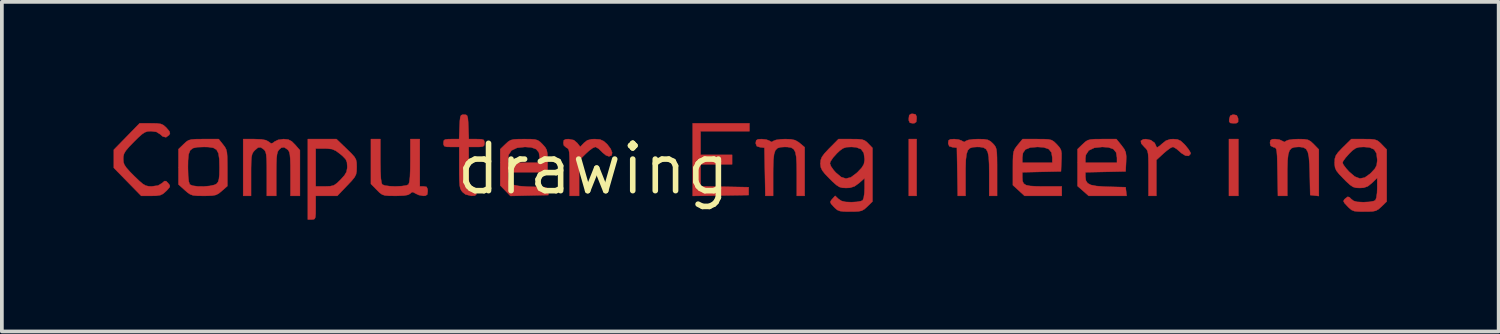
<source format=kicad_pcb>
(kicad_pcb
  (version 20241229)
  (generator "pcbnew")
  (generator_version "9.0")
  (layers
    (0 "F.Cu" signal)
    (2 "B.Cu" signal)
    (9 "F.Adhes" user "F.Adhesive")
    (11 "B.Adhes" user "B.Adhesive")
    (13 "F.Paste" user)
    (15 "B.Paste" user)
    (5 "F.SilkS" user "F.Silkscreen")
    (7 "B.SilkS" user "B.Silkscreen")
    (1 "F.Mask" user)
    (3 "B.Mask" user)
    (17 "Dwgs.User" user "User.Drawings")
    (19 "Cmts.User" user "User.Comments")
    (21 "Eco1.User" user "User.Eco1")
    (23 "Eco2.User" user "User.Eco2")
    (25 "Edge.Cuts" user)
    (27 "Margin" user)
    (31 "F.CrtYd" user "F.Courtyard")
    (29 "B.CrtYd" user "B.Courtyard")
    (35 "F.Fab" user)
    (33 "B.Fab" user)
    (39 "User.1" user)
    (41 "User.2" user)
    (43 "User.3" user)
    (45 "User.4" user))
  (footprint "drawing"
    (layer "F.Cu")
    (at 12.874 1.487)
    (property "Reference" "drawing" (at 0 0 0) (layer "F.SilkS") (effects (font (size 1.27 1.27) (thickness 0.15))))
    (attr through_hole)
    (fp_poly (pts (xy 8.678 0.72) (xy 8.467 0.72) (xy 8.467 -0.804) (xy 8.678 -0.804) (xy 8.678 0.72)) (stroke (width 0.01) (type solid)) (fill yes) (layer "F.Cu"))
    (fp_poly (pts (xy 17.314 0.72) (xy 17.06 0.72) (xy 17.06 -0.804) (xy 17.314 -0.804) (xy 17.314 0.72)) (stroke (width 0.01) (type solid)) (fill yes) (layer "F.Cu"))
    (fp_poly (pts (xy 8.648 -1.468) (xy 8.676 -1.41) (xy 8.678 -1.355) (xy 8.667 -1.264) (xy 8.619 -1.231) (xy 8.572 -1.228) (xy 8.497 -1.241) (xy 8.469 -1.299) (xy 8.467 -1.355) (xy 8.478 -1.445) (xy 8.526 -1.479) (xy 8.572 -1.482) (xy 8.648 -1.468)) (stroke (width 0.01) (type solid)) (fill yes) (layer "F.Cu"))
    (fp_poly (pts (xy 17.269 -1.442) (xy 17.303 -1.37) (xy 17.307 -1.344) (xy 17.306 -1.263) (xy 17.264 -1.232) (xy 17.187 -1.228) (xy 17.096 -1.236) (xy 17.065 -1.276) (xy 17.068 -1.344) (xy 17.095 -1.431) (xy 17.164 -1.46) (xy 17.187 -1.46) (xy 17.269 -1.442)) (stroke (width 0.01) (type solid)) (fill yes) (layer "F.Cu"))
    (fp_poly (pts (xy 4.191 -1.016) (xy 2.879 -1.016) (xy 2.879 -0.381) (xy 3.725 -0.381) (xy 3.725 -0.127) (xy 2.879 -0.127) (xy 2.879 0.463) (xy 3.524 0.475) (xy 4.17 0.487) (xy 4.17 0.699) (xy 2.667 0.722) (xy 2.667 -1.228) (xy 4.191 -1.228) (xy 4.191 -1.016)) (stroke (width 0.01) (type solid)) (fill yes) (layer "F.Cu"))
    (fp_poly (pts (xy 0.18 -0.794) (xy 0.28 -0.748) (xy 0.373 -0.665) (xy 0.465 -0.545) (xy 0.506 -0.441) (xy 0.492 -0.367) (xy 0.422 -0.339) (xy 0.421 -0.339) (xy 0.338 -0.369) (xy 0.244 -0.446) (xy 0.226 -0.466) (xy 0.141 -0.548) (xy 0.064 -0.591) (xy 0.051 -0.593) (xy -0.015 -0.565) (xy -0.114 -0.492) (xy -0.199 -0.415) (xy -0.381 -0.236) (xy -0.381 0.72) (xy -0.635 0.72) (xy -0.635 0.088) (xy -0.636 -0.157) (xy -0.639 -0.329) (xy -0.646 -0.444) (xy -0.659 -0.513) (xy -0.68 -0.55) (xy -0.71 -0.568) (xy -0.72 -0.572) (xy -0.791 -0.634) (xy -0.804 -0.701) (xy -0.792 -0.772) (xy -0.74 -0.8) (xy -0.659 -0.804) (xy -0.521 -0.776) (xy -0.432 -0.7) (xy -0.35 -0.596) (xy -0.252 -0.7) (xy -0.162 -0.771) (xy -0.048 -0.801) (xy 0.041 -0.804) (xy 0.18 -0.794)) (stroke (width 0.01) (type solid)) (fill yes) (layer "F.Cu"))
    (fp_poly (pts (xy 5.309 -0.798) (xy 5.418 -0.774) (xy 5.508 -0.722) (xy 5.542 -0.695) (xy 5.673 -0.585) (xy 5.673 0.72) (xy 5.461 0.72) (xy 5.461 0.134) (xy 5.458 -0.131) (xy 5.447 -0.322) (xy 5.423 -0.452) (xy 5.379 -0.532) (xy 5.311 -0.575) (xy 5.213 -0.591) (xy 5.136 -0.593) (xy 5.024 -0.586) (xy 4.942 -0.56) (xy 4.886 -0.502) (xy 4.852 -0.4) (xy 4.834 -0.244) (xy 4.827 -0.021) (xy 4.826 0.141) (xy 4.826 0.72) (xy 4.617 0.72) (xy 4.593 -0.572) (xy 4.477 -0.585) (xy 4.389 -0.612) (xy 4.361 -0.681) (xy 4.36 -0.701) (xy 4.371 -0.769) (xy 4.418 -0.798) (xy 4.521 -0.804) (xy 4.64 -0.792) (xy 4.724 -0.761) (xy 4.733 -0.754) (xy 4.79 -0.725) (xy 4.834 -0.754) (xy 4.903 -0.781) (xy 5.029 -0.799) (xy 5.149 -0.804) (xy 5.309 -0.798)) (stroke (width 0.01) (type solid)) (fill yes) (layer "F.Cu"))
    (fp_poly (pts (xy -5.715 -0.22) (xy -5.711 0.058) (xy -5.701 0.256) (xy -5.682 0.375) (xy -5.664 0.415) (xy -5.594 0.443) (xy -5.46 0.46) (xy -5.313 0.466) (xy -5.142 0.458) (xy -5.016 0.439) (xy -4.961 0.415) (xy -4.938 0.35) (xy -4.921 0.21) (xy -4.913 -0.009) (xy -4.911 -0.22) (xy -4.911 -0.804) (xy -4.657 -0.804) (xy -4.657 0.466) (xy -4.551 0.466) (xy -4.475 0.479) (xy -4.448 0.537) (xy -4.445 0.593) (xy -4.456 0.683) (xy -4.505 0.716) (xy -4.563 0.72) (xy -4.686 0.697) (xy -4.77 0.657) (xy -4.842 0.617) (xy -4.889 0.633) (xy -4.911 0.657) (xy -4.968 0.691) (xy -5.077 0.712) (xy -5.253 0.719) (xy -5.309 0.72) (xy -5.481 0.718) (xy -5.593 0.709) (xy -5.67 0.683) (xy -5.737 0.634) (xy -5.812 0.559) (xy -5.969 0.399) (xy -5.969 -0.804) (xy -5.715 -0.804) (xy -5.715 -0.22)) (stroke (width 0.01) (type solid)) (fill yes) (layer "F.Cu"))
    (fp_poly (pts (xy 15.678 -0.795) (xy 15.766 -0.755) (xy 15.862 -0.667) (xy 15.894 -0.632) (xy 15.977 -0.528) (xy 16.027 -0.444) (xy 16.033 -0.41) (xy 15.98 -0.353) (xy 15.89 -0.361) (xy 15.78 -0.43) (xy 15.745 -0.463) (xy 15.651 -0.543) (xy 15.572 -0.589) (xy 15.553 -0.593) (xy 15.491 -0.566) (xy 15.393 -0.495) (xy 15.303 -0.418) (xy 15.113 -0.243) (xy 15.113 0.72) (xy 14.901 0.72) (xy 14.901 0.113) (xy 14.901 -0.125) (xy 14.898 -0.293) (xy 14.89 -0.407) (xy 14.875 -0.48) (xy 14.85 -0.529) (xy 14.814 -0.568) (xy 14.796 -0.585) (xy 14.707 -0.684) (xy 14.695 -0.757) (xy 14.759 -0.797) (xy 14.831 -0.804) (xy 14.964 -0.776) (xy 15.066 -0.702) (xy 15.112 -0.604) (xy 15.113 -0.592) (xy 15.139 -0.582) (xy 15.207 -0.627) (xy 15.253 -0.669) (xy 15.369 -0.762) (xy 15.485 -0.8) (xy 15.565 -0.804) (xy 15.678 -0.795)) (stroke (width 0.01) (type solid)) (fill yes) (layer "F.Cu"))
    (fp_poly (pts (xy 14.177 -0.635) (xy 14.252 -0.533) (xy 14.291 -0.445) (xy 14.304 -0.336) (xy 14.3 -0.201) (xy 14.287 0.064) (xy 13.208 0.087) (xy 13.208 0.206) (xy 13.22 0.307) (xy 13.265 0.378) (xy 13.353 0.426) (xy 13.497 0.455) (xy 13.709 0.471) (xy 13.823 0.475) (xy 14.287 0.487) (xy 14.301 0.603) (xy 14.314 0.72) (xy 13.296 0.72) (xy 13.146 0.588) (xy 12.996 0.457) (xy 12.996 -0.289) (xy 13.208 -0.289) (xy 13.208 -0.169) (xy 14.055 -0.169) (xy 14.055 -0.304) (xy 14.033 -0.444) (xy 13.96 -0.534) (xy 13.827 -0.581) (xy 13.659 -0.593) (xy 13.444 -0.569) (xy 13.297 -0.498) (xy 13.22 -0.38) (xy 13.208 -0.289) (xy 12.996 -0.289) (xy 12.996 -0.534) (xy 13.136 -0.669) (xy 13.206 -0.733) (xy 13.27 -0.773) (xy 13.35 -0.794) (xy 13.468 -0.803) (xy 13.647 -0.804) (xy 13.658 -0.804) (xy 14.04 -0.804) (xy 14.177 -0.635)) (stroke (width 0.01) (type solid)) (fill yes) (layer "F.Cu"))
    (fp_poly (pts (xy -6.622 -0.544) (xy -6.492 -0.417) (xy -6.412 -0.328) (xy -6.37 -0.254) (xy -6.353 -0.173) (xy -6.35 -0.065) (xy -6.35 -0.053) (xy -6.353 0.06) (xy -6.369 0.144) (xy -6.409 0.222) (xy -6.486 0.316) (xy -6.611 0.448) (xy -6.611 0.448) (xy -6.871 0.72) (xy -7.451 0.72) (xy -7.451 1.037) (xy -7.452 1.199) (xy -7.46 1.293) (xy -7.48 1.339) (xy -7.519 1.353) (xy -7.556 1.355) (xy -7.662 1.355) (xy -7.662 -0.55) (xy -7.451 -0.55) (xy -7.451 0.466) (xy -7.205 0.466) (xy -7.064 0.461) (xy -6.968 0.439) (xy -6.884 0.382) (xy -6.782 0.284) (xy -6.678 0.168) (xy -6.624 0.075) (xy -6.605 -0.027) (xy -6.604 -0.073) (xy -6.612 -0.182) (xy -6.647 -0.264) (xy -6.727 -0.347) (xy -6.788 -0.399) (xy -6.909 -0.489) (xy -7.014 -0.535) (xy -7.143 -0.549) (xy -7.212 -0.55) (xy -7.451 -0.55) (xy -7.662 -0.55) (xy -7.662 -0.804) (xy -6.893 -0.804) (xy -6.622 -0.544)) (stroke (width 0.01) (type solid)) (fill yes) (layer "F.Cu"))
    (fp_poly (pts (xy 19.078 -0.801) (xy 19.179 -0.784) (xy 19.253 -0.744) (xy 19.332 -0.671) (xy 19.338 -0.665) (xy 19.473 -0.525) (xy 19.473 0.725) (xy 19.241 0.699) (xy 19.229 0.129) (xy 19.22 -0.135) (xy 19.205 -0.326) (xy 19.177 -0.456) (xy 19.132 -0.535) (xy 19.065 -0.577) (xy 18.972 -0.592) (xy 18.923 -0.593) (xy 18.815 -0.586) (xy 18.737 -0.557) (xy 18.684 -0.496) (xy 18.651 -0.391) (xy 18.634 -0.229) (xy 18.627 0.000163) (xy 18.627 0.141) (xy 18.627 0.72) (xy 18.375 0.72) (xy 18.363 0.074) (xy 18.358 -0.172) (xy 18.353 -0.347) (xy 18.344 -0.462) (xy 18.331 -0.531) (xy 18.31 -0.566) (xy 18.281 -0.581) (xy 18.256 -0.585) (xy 18.18 -0.623) (xy 18.161 -0.701) (xy 18.174 -0.773) (xy 18.228 -0.801) (xy 18.301 -0.804) (xy 18.413 -0.79) (xy 18.49 -0.755) (xy 18.491 -0.754) (xy 18.549 -0.725) (xy 18.593 -0.754) (xy 18.662 -0.781) (xy 18.792 -0.799) (xy 18.923 -0.804) (xy 19.078 -0.801)) (stroke (width 0.01) (type solid)) (fill yes) (layer "F.Cu"))
    (fp_poly (pts (xy 10.487 -0.8) (xy 10.588 -0.783) (xy 10.661 -0.744) (xy 10.724 -0.686) (xy 10.767 -0.638) (xy 10.798 -0.591) (xy 10.818 -0.529) (xy 10.83 -0.438) (xy 10.835 -0.303) (xy 10.837 -0.108) (xy 10.837 0.076) (xy 10.837 0.72) (xy 10.626 0.72) (xy 10.626 0.134) (xy 10.623 -0.131) (xy 10.612 -0.322) (xy 10.587 -0.452) (xy 10.543 -0.532) (xy 10.475 -0.575) (xy 10.378 -0.591) (xy 10.301 -0.593) (xy 10.188 -0.586) (xy 10.107 -0.56) (xy 10.051 -0.502) (xy 10.017 -0.4) (xy 9.998 -0.244) (xy 9.991 -0.021) (xy 9.991 0.141) (xy 9.991 0.72) (xy 9.781 0.72) (xy 9.77 0.074) (xy 9.758 -0.572) (xy 9.641 -0.585) (xy 9.554 -0.612) (xy 9.526 -0.681) (xy 9.525 -0.701) (xy 9.535 -0.769) (xy 9.583 -0.798) (xy 9.686 -0.804) (xy 9.804 -0.792) (xy 9.889 -0.761) (xy 9.898 -0.754) (xy 9.955 -0.725) (xy 9.999 -0.754) (xy 10.069 -0.781) (xy 10.198 -0.799) (xy 10.33 -0.804) (xy 10.487 -0.8)) (stroke (width 0.01) (type solid)) (fill yes) (layer "F.Cu"))
    (fp_poly (pts (xy 12.096 -0.803) (xy 12.218 -0.796) (xy 12.298 -0.777) (xy 12.36 -0.74) (xy 12.424 -0.679) (xy 12.44 -0.663) (xy 12.512 -0.582) (xy 12.552 -0.511) (xy 12.568 -0.422) (xy 12.567 -0.285) (xy 12.564 -0.229) (xy 12.552 0.064) (xy 12.033 0.075) (xy 11.515 0.087) (xy 11.515 0.226) (xy 11.521 0.322) (xy 11.55 0.388) (xy 11.614 0.431) (xy 11.725 0.454) (xy 11.898 0.464) (xy 12.095 0.466) (xy 12.573 0.466) (xy 12.573 0.72) (xy 11.574 0.72) (xy 11.261 0.433) (xy 11.261 -0.028) (xy 11.262 -0.232) (xy 11.265 -0.311) (xy 11.515 -0.311) (xy 11.515 -0.169) (xy 12.319 -0.169) (xy 12.319 -0.304) (xy 12.297 -0.444) (xy 12.224 -0.535) (xy 12.091 -0.581) (xy 11.924 -0.593) (xy 11.727 -0.577) (xy 11.599 -0.526) (xy 11.532 -0.433) (xy 11.515 -0.311) (xy 11.265 -0.311) (xy 11.267 -0.371) (xy 11.282 -0.466) (xy 11.31 -0.536) (xy 11.355 -0.602) (xy 11.391 -0.647) (xy 11.521 -0.804) (xy 11.912 -0.804) (xy 12.096 -0.803)) (stroke (width 0.01) (type solid)) (fill yes) (layer "F.Cu"))
    (fp_poly (pts (xy -1.682 -0.803) (xy -1.567 -0.794) (xy -1.49 -0.771) (xy -1.427 -0.728) (xy -1.363 -0.665) (xy -1.292 -0.585) (xy -1.251 -0.512) (xy -1.233 -0.416) (xy -1.228 -0.272) (xy -1.228 -0.22) (xy -1.228 0.085) (xy -2.286 0.085) (xy -2.286 0.205) (xy -2.274 0.306) (xy -2.23 0.378) (xy -2.142 0.426) (xy -1.998 0.455) (xy -1.787 0.471) (xy -1.671 0.475) (xy -1.468 0.481) (xy -1.335 0.488) (xy -1.257 0.501) (xy -1.219 0.523) (xy -1.207 0.557) (xy -1.206 0.593) (xy -1.206 0.699) (xy -2.225 0.722) (xy -2.361 0.581) (xy -2.498 0.44) (xy -2.498 -0.289) (xy -2.286 -0.289) (xy -2.286 -0.169) (xy -1.439 -0.169) (xy -1.439 -0.304) (xy -1.461 -0.444) (xy -1.534 -0.534) (xy -1.667 -0.581) (xy -1.835 -0.593) (xy -2.05 -0.569) (xy -2.197 -0.498) (xy -2.274 -0.38) (xy -2.286 -0.289) (xy -2.498 -0.289) (xy -2.498 -0.534) (xy -2.358 -0.669) (xy -2.286 -0.735) (xy -2.22 -0.775) (xy -2.136 -0.796) (xy -2.012 -0.803) (xy -1.858 -0.804) (xy -1.682 -0.803)) (stroke (width 0.01) (type solid)) (fill yes) (layer "F.Cu"))
    (fp_poly (pts (xy -11.713 -1.225) (xy -11.609 -1.211) (xy -11.536 -1.178) (xy -11.468 -1.118) (xy -11.453 -1.102) (xy -11.379 -1.015) (xy -11.362 -0.957) (xy -11.386 -0.912) (xy -11.469 -0.852) (xy -11.557 -0.874) (xy -11.62 -0.931) (xy -11.728 -0.998) (xy -11.872 -1.016) (xy -11.959 -1.011) (xy -12.034 -0.987) (xy -12.114 -0.934) (xy -12.219 -0.84) (xy -12.331 -0.729) (xy -12.465 -0.59) (xy -12.549 -0.49) (xy -12.595 -0.411) (xy -12.613 -0.335) (xy -12.615 -0.273) (xy -12.61 -0.187) (xy -12.585 -0.113) (xy -12.529 -0.031) (xy -12.432 0.077) (xy -12.329 0.181) (xy -12.191 0.314) (xy -12.093 0.398) (xy -12.015 0.444) (xy -11.939 0.462) (xy -11.855 0.466) (xy -11.684 0.443) (xy -11.577 0.38) (xy -11.51 0.323) (xy -11.466 0.324) (xy -11.411 0.379) (xy -11.368 0.435) (xy -11.368 0.481) (xy -11.42 0.546) (xy -11.464 0.591) (xy -11.544 0.662) (xy -11.623 0.701) (xy -11.73 0.717) (xy -11.864 0.72) (xy -12.134 0.72) (xy -12.502 0.344) (xy -12.869 -0.031) (xy -12.869 -0.518) (xy -12.523 -0.873) (xy -12.177 -1.228) (xy -11.875 -1.228) (xy -11.713 -1.225)) (stroke (width 0.01) (type solid)) (fill yes) (layer "F.Cu"))
    (fp_poly (pts (xy -3.418 -1.456) (xy -3.386 -1.432) (xy -3.368 -1.37) (xy -3.358 -1.252) (xy -3.353 -1.132) (xy -3.341 -0.804) (xy -3.131 -0.804) (xy -3.006 -0.801) (xy -2.944 -0.783) (xy -2.923 -0.74) (xy -2.921 -0.699) (xy -2.928 -0.636) (xy -2.963 -0.604) (xy -3.048 -0.594) (xy -3.133 -0.593) (xy -3.344 -0.593) (xy -3.344 -0.066) (xy -3.344 0.152) (xy -3.34 0.301) (xy -3.331 0.393) (xy -3.314 0.443) (xy -3.287 0.465) (xy -3.249 0.473) (xy -3.17 0.514) (xy -3.14 0.603) (xy -3.14 0.682) (xy -3.179 0.714) (xy -3.271 0.72) (xy -3.429 0.682) (xy -3.506 0.622) (xy -3.544 0.575) (xy -3.57 0.52) (xy -3.586 0.44) (xy -3.594 0.319) (xy -3.598 0.141) (xy -3.598 -0.034) (xy -3.598 -0.593) (xy -3.81 -0.593) (xy -3.936 -0.596) (xy -3.998 -0.614) (xy -4.02 -0.656) (xy -4.022 -0.699) (xy -4.015 -0.762) (xy -3.979 -0.793) (xy -3.894 -0.803) (xy -3.812 -0.804) (xy -3.602 -0.804) (xy -3.59 -1.132) (xy -3.582 -1.297) (xy -3.57 -1.395) (xy -3.549 -1.443) (xy -3.51 -1.459) (xy -3.471 -1.46) (xy -3.418 -1.456)) (stroke (width 0.01) (type solid)) (fill yes) (layer "F.Cu"))
    (fp_poly (pts (xy -8.907 -0.797) (xy -8.785 -0.774) (xy -8.713 -0.734) (xy -8.649 -0.687) (xy -8.596 -0.702) (xy -8.559 -0.734) (xy -8.458 -0.784) (xy -8.316 -0.804) (xy -8.309 -0.804) (xy -8.187 -0.792) (xy -8.094 -0.744) (xy -8.005 -0.655) (xy -7.874 -0.505) (xy -7.874 0.72) (xy -8.128 0.72) (xy -8.128 0.134) (xy -8.129 -0.105) (xy -8.134 -0.273) (xy -8.144 -0.386) (xy -8.161 -0.458) (xy -8.187 -0.504) (xy -8.205 -0.523) (xy -8.298 -0.584) (xy -8.376 -0.572) (xy -8.439 -0.515) (xy -8.468 -0.469) (xy -8.488 -0.398) (xy -8.501 -0.286) (xy -8.507 -0.12) (xy -8.509 0.114) (xy -8.509 0.141) (xy -8.509 0.72) (xy -8.763 0.72) (xy -8.763 0.134) (xy -8.764 -0.105) (xy -8.769 -0.273) (xy -8.779 -0.386) (xy -8.796 -0.458) (xy -8.822 -0.504) (xy -8.84 -0.523) (xy -8.927 -0.582) (xy -9 -0.576) (xy -9.089 -0.5) (xy -9.094 -0.495) (xy -9.132 -0.448) (xy -9.158 -0.393) (xy -9.174 -0.313) (xy -9.182 -0.192) (xy -9.186 -0.014) (xy -9.186 0.161) (xy -9.186 0.72) (xy -9.398 0.72) (xy -9.398 -0.804) (xy -9.094 -0.804) (xy -8.907 -0.797)) (stroke (width 0.01) (type solid)) (fill yes) (layer "F.Cu"))
    (fp_poly (pts (xy -10.054 -0.804) (xy -9.938 -0.658) (xy -9.887 -0.591) (xy -9.854 -0.527) (xy -9.834 -0.446) (xy -9.825 -0.33) (xy -9.822 -0.16) (xy -9.821 -0.028) (xy -9.821 0.457) (xy -9.971 0.588) (xy -10.052 0.655) (xy -10.127 0.694) (xy -10.221 0.713) (xy -10.36 0.719) (xy -10.458 0.72) (xy -10.628 0.718) (xy -10.741 0.707) (xy -10.822 0.678) (xy -10.898 0.625) (xy -10.964 0.567) (xy -11.134 0.413) (xy -11.134 -0.044) (xy -10.88 -0.044) (xy -10.874 0.179) (xy -10.858 0.333) (xy -10.831 0.412) (xy -10.829 0.415) (xy -10.75 0.448) (xy -10.617 0.465) (xy -10.457 0.467) (xy -10.3 0.454) (xy -10.172 0.426) (xy -10.11 0.396) (xy -10.071 0.345) (xy -10.048 0.268) (xy -10.036 0.144) (xy -10.033 -0.039) (xy -10.038 -0.266) (xy -10.061 -0.421) (xy -10.112 -0.518) (xy -10.199 -0.57) (xy -10.333 -0.59) (xy -10.445 -0.593) (xy -10.623 -0.587) (xy -10.744 -0.561) (xy -10.82 -0.502) (xy -10.861 -0.396) (xy -10.877 -0.23) (xy -10.88 -0.044) (xy -11.134 -0.044) (xy -11.134 -0.534) (xy -10.994 -0.669) (xy -10.926 -0.732) (xy -10.864 -0.772) (xy -10.786 -0.793) (xy -10.672 -0.802) (xy -10.5 -0.804) (xy -10.454 -0.804) (xy -10.054 -0.804)) (stroke (width 0.01) (type solid)) (fill yes) (layer "F.Cu"))
    (fp_poly (pts (xy 7.096 -0.802) (xy 7.209 -0.792) (xy 7.283 -0.767) (xy 7.344 -0.721) (xy 7.379 -0.686) (xy 7.493 -0.567) (xy 7.493 0.872) (xy 7.353 1.008) (xy 7.276 1.077) (xy 7.204 1.118) (xy 7.112 1.137) (xy 6.974 1.143) (xy 6.896 1.143) (xy 6.729 1.141) (xy 6.622 1.128) (xy 6.549 1.099) (xy 6.484 1.045) (xy 6.457 1.017) (xy 6.382 0.934) (xy 6.361 0.883) (xy 6.388 0.833) (xy 6.413 0.804) (xy 6.491 0.718) (xy 6.582 0.804) (xy 6.662 0.856) (xy 6.774 0.883) (xy 6.926 0.889) (xy 7.072 0.881) (xy 7.185 0.86) (xy 7.231 0.838) (xy 7.258 0.769) (xy 7.276 0.642) (xy 7.281 0.516) (xy 7.281 0.245) (xy 7.132 0.377) (xy 7.01 0.465) (xy 6.888 0.503) (xy 6.786 0.508) (xy 6.684 0.503) (xy 6.604 0.481) (xy 6.523 0.429) (xy 6.418 0.335) (xy 6.343 0.261) (xy 6.218 0.131) (xy 6.144 0.036) (xy 6.107 -0.044) (xy 6.096 -0.131) (xy 6.096 -0.151) (xy 6.096 -0.152) (xy 6.35 -0.152) (xy 6.378 -0.074) (xy 6.451 0.03) (xy 6.507 0.093) (xy 6.649 0.213) (xy 6.78 0.256) (xy 6.913 0.222) (xy 7.062 0.111) (xy 7.1 0.076) (xy 7.206 -0.038) (xy 7.261 -0.13) (xy 7.28 -0.229) (xy 7.281 -0.27) (xy 7.259 -0.432) (xy 7.187 -0.534) (xy 7.055 -0.584) (xy 6.927 -0.593) (xy 6.799 -0.587) (xy 6.706 -0.558) (xy 6.614 -0.493) (xy 6.532 -0.415) (xy 6.434 -0.305) (xy 6.368 -0.206) (xy 6.35 -0.152) (xy 6.096 -0.152) (xy 6.104 -0.242) (xy 6.135 -0.323) (xy 6.202 -0.415) (xy 6.318 -0.54) (xy 6.338 -0.56) (xy 6.58 -0.804) (xy 6.923 -0.804) (xy 7.096 -0.802)) (stroke (width 0.01) (type solid)) (fill yes) (layer "F.Cu"))
    (fp_poly (pts (xy 20.854 -0.803) (xy 20.965 -0.792) (xy 21.041 -0.766) (xy 21.106 -0.717) (xy 21.158 -0.665) (xy 21.294 -0.525) (xy 21.294 0.872) (xy 21.154 1.008) (xy 21.076 1.077) (xy 21.005 1.118) (xy 20.913 1.137) (xy 20.774 1.143) (xy 20.697 1.143) (xy 20.532 1.141) (xy 20.425 1.129) (xy 20.351 1.099) (xy 20.282 1.042) (xy 20.243 1.002) (xy 20.162 0.915) (xy 20.134 0.862) (xy 20.153 0.821) (xy 20.185 0.79) (xy 20.248 0.744) (xy 20.296 0.758) (xy 20.341 0.804) (xy 20.406 0.854) (xy 20.501 0.881) (xy 20.652 0.889) (xy 20.678 0.889) (xy 20.828 0.881) (xy 20.942 0.86) (xy 20.989 0.838) (xy 21.017 0.769) (xy 21.035 0.64) (xy 21.04 0.512) (xy 21.04 0.237) (xy 20.9 0.373) (xy 20.788 0.463) (xy 20.676 0.502) (xy 20.571 0.508) (xy 20.47 0.503) (xy 20.391 0.48) (xy 20.309 0.425) (xy 20.202 0.327) (xy 20.139 0.263) (xy 20.017 0.136) (xy 19.945 0.045) (xy 19.909 -0.035) (xy 19.897 -0.124) (xy 19.897 -0.169) (xy 20.108 -0.169) (xy 20.136 -0.109) (xy 20.209 -0.013) (xy 20.286 0.072) (xy 20.438 0.202) (xy 20.573 0.254) (xy 20.704 0.229) (xy 20.846 0.128) (xy 20.879 0.097) (xy 20.977 -0.01) (xy 21.025 -0.102) (xy 21.039 -0.218) (xy 21.04 -0.249) (xy 21.021 -0.42) (xy 20.956 -0.526) (xy 20.834 -0.58) (xy 20.682 -0.593) (xy 20.553 -0.587) (xy 20.462 -0.56) (xy 20.374 -0.497) (xy 20.286 -0.411) (xy 20.191 -0.304) (xy 20.126 -0.214) (xy 20.108 -0.169) (xy 19.897 -0.169) (xy 19.897 -0.172) (xy 19.902 -0.277) (xy 19.928 -0.36) (xy 19.987 -0.445) (xy 20.093 -0.557) (xy 20.12 -0.584) (xy 20.344 -0.804) (xy 20.683 -0.804) (xy 20.854 -0.803)) (stroke (width 0.01) (type solid)) (fill yes) (layer "F.Cu")))
  (gr_rect
    (start -3 -3)
    (end 37.173 5.846)
    (stroke (width 0.1) (type default))
    (fill no)
    (layer "Edge.Cuts")))
</source>
